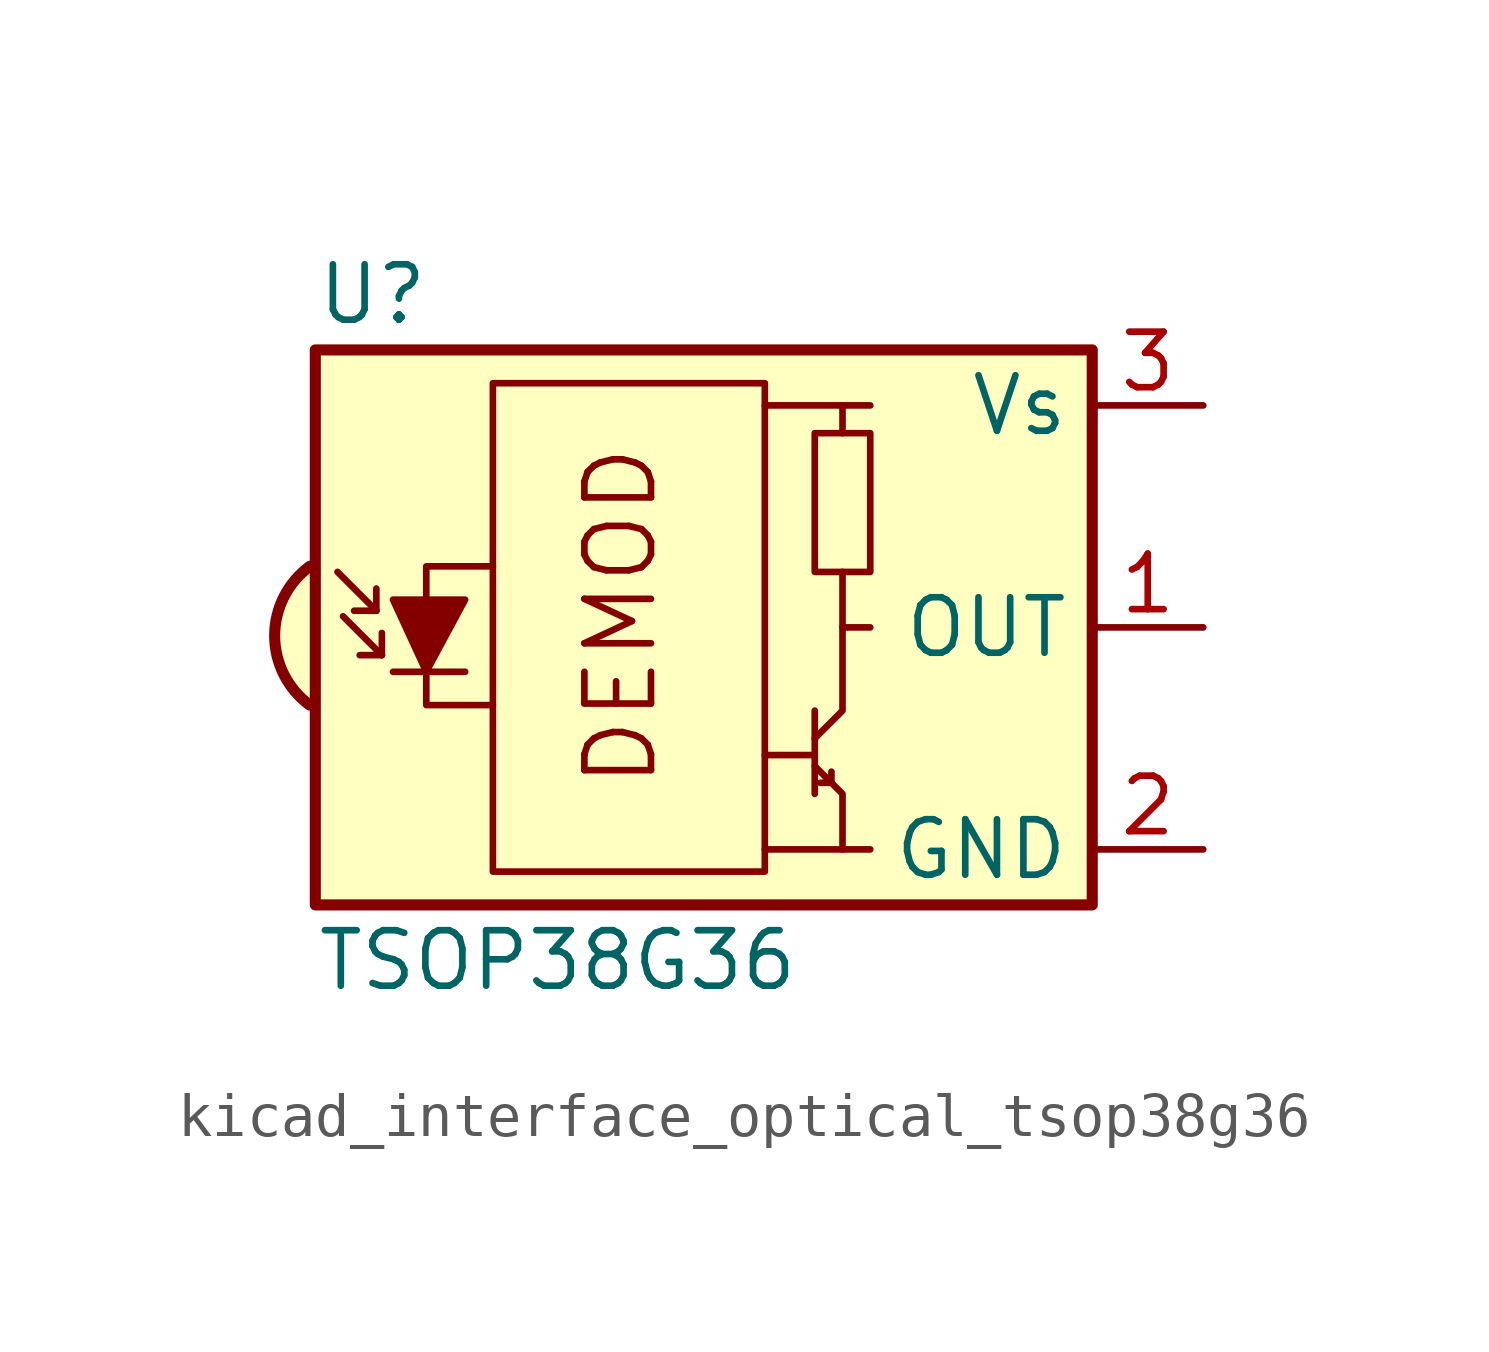
<source format=kicad_sym>
(kicad_symbol_lib
  (version 20220914)
  (generator kicad_symbol_editor)
  (symbol "kicad_interface_optical_tsop38g36"
    (property "Reference" "U"
      (at -10.16 7.62 0)
      (effects (font (size 1.27 1.27)) (justify left)))
    (property "Value" "TSOP38G36"
      (at -10.16 -7.62 0)
      (effects (font (size 1.27 1.27)) (justify left)))
    (symbol "kicad_interface_optical_tsop38g36_0_0"
      (arc (start -10.287 1.397) (mid -11.0899 -0.1852) (end -10.287 -1.778) (stroke (width 0.254) (type default)) (fill (type background)))
      (polyline (pts (xy 1.905 -5.08) (xy 0.127 -5.08)) (stroke (width 0) (type default)) (fill (type none)))
      (polyline (pts (xy 1.905 5.08) (xy 0.127 5.08)) (stroke (width 0) (type default)) (fill (type none)))
      (text "DEMOD" (at -3.175 0.254 900) (effects (font (size 1.524 1.524)))))
    (symbol "kicad_interface_optical_tsop38g36_0_1"
      (rectangle (start -6.096 5.588) (end 0.127 -5.588) (stroke (width 0) (type default)) (fill (type none)))
      (polyline (pts (xy -8.763 0.381) (xy -9.652 1.27)) (stroke (width 0) (type default)) (fill (type none)))
      (polyline (pts (xy -8.763 0.381) (xy -9.271 0.381)) (stroke (width 0) (type default)) (fill (type none)))
      (polyline (pts (xy -8.763 0.381) (xy -8.763 0.889)) (stroke (width 0) (type default)) (fill (type none)))
      (polyline (pts (xy -8.636 -0.635) (xy -9.525 0.254)) (stroke (width 0) (type default)) (fill (type none)))
      (polyline (pts (xy -8.636 -0.635) (xy -9.144 -0.635)) (stroke (width 0) (type default)) (fill (type none)))
      (polyline (pts (xy -8.636 -0.635) (xy -8.636 -0.127)) (stroke (width 0) (type default)) (fill (type none)))
      (polyline (pts (xy -8.382 -1.016) (xy -6.731 -1.016)) (stroke (width 0) (type default)) (fill (type none)))
      (polyline (pts (xy 1.27 -2.921) (xy 0.127 -2.921)) (stroke (width 0) (type default)) (fill (type none)))
      (polyline (pts (xy 1.27 -1.905) (xy 1.27 -3.81)) (stroke (width 0) (type default)) (fill (type none)))
      (polyline (pts (xy 1.397 -3.556) (xy 1.524 -3.556)) (stroke (width 0) (type default)) (fill (type none)))
      (polyline (pts (xy 1.651 -3.556) (xy 1.524 -3.556)) (stroke (width 0) (type default)) (fill (type none)))
      (polyline (pts (xy 1.651 -3.556) (xy 1.651 -3.302)) (stroke (width 0) (type default)) (fill (type none)))
      (polyline (pts (xy 1.905 0) (xy 1.905 1.27)) (stroke (width 0) (type default)) (fill (type none)))
      (polyline (pts (xy 1.905 4.445) (xy 1.905 5.08) (xy 2.54 5.08)) (stroke (width 0) (type default)) (fill (type none)))
      (polyline (pts (xy -8.382 0.635) (xy -6.731 0.635) (xy -7.62 -1.016) (xy -8.382 0.635)) (stroke (width 0) (type default)) (fill (type outline)))
      (polyline (pts (xy -6.096 1.397) (xy -7.62 1.397) (xy -7.62 -1.778) (xy -6.096 -1.778)) (stroke (width 0) (type default)) (fill (type none)))
      (polyline (pts (xy 1.27 -3.175) (xy 1.905 -3.81) (xy 1.905 -5.08) (xy 2.54 -5.08)) (stroke (width 0) (type default)) (fill (type none)))
      (polyline (pts (xy 1.27 -2.54) (xy 1.905 -1.905) (xy 1.905 0) (xy 2.54 0)) (stroke (width 0) (type default)) (fill (type none)))
      (rectangle (start 2.54 1.27) (end 1.27 4.445) (stroke (width 0) (type default)) (fill (type none)))
      (rectangle (start 7.62 6.35) (end -10.16 -6.35) (stroke (width 0.254) (type default)) (fill (type background))))
    (symbol "kicad_interface_optical_tsop38g36_1_1"
      (pin output line (at 10.16 0 180) (length 2.54) (name "OUT" (effects (font (size 1.27 1.27)))) (number "1" (effects (font (size 1.27 1.27)))))
      (pin power_in line (at 10.16 -5.08 180) (length 2.54) (name "GND" (effects (font (size 1.27 1.27)))) (number "2" (effects (font (size 1.27 1.27)))))
      (pin power_in line (at 10.16 5.08 180) (length 2.54) (name "Vs" (effects (font (size 1.27 1.27)))) (number "3" (effects (font (size 1.27 1.27))))))))
</source>
